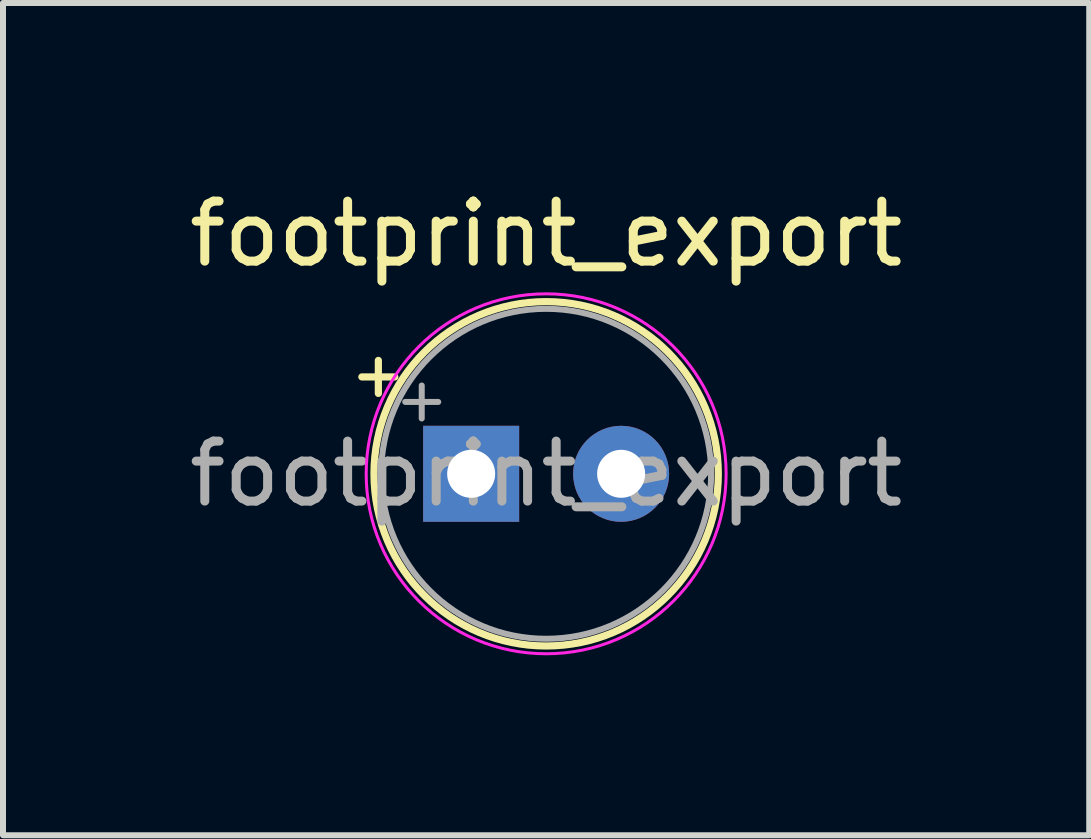
<source format=kicad_pcb>
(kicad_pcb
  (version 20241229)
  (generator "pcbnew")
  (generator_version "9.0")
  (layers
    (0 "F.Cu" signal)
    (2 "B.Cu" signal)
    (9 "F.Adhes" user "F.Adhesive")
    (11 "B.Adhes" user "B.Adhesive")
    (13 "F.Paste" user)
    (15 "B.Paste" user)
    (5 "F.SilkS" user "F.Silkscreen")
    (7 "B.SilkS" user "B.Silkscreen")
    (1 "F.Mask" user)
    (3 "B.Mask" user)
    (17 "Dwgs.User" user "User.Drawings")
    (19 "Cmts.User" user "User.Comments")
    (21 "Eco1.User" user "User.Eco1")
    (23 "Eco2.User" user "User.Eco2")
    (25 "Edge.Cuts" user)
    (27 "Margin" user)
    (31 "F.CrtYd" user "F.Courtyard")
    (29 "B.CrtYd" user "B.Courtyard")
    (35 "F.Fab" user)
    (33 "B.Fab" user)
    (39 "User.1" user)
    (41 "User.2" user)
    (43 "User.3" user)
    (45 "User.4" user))
  (footprint "footprint_export"
    (layer "F.Cu")
    (at 4.804 4.848)
    (property "Reference" "footprint_export" (at 1.25 -4 0) (layer "F.SilkS") (effects (font (size 1 1) (thickness 0.15))))
    (attr through_hole)
    (fp_line (start -1.822 -1.615) (end -1.272 -1.615) (stroke (width 0.12) (type solid)) (layer "F.SilkS"))
    (fp_line (start -1.547 -1.89) (end -1.547 -1.34) (stroke (width 0.12) (type solid)) (layer "F.SilkS"))
    (fp_circle (center 1.25 0) (end 4.12 0) (stroke (width 0.12) (type solid)) (fill no) (layer "F.SilkS"))
    (fp_circle (center 1.25 0) (end 4.25 0) (stroke (width 0.05) (type solid)) (fill no) (layer "F.CrtYd"))
    (fp_line (start -1.099 -1.198) (end -0.549 -1.198) (stroke (width 0.1) (type solid)) (layer "F.Fab"))
    (fp_line (start -0.824 -1.472) (end -0.824 -0.922) (stroke (width 0.1) (type solid)) (layer "F.Fab"))
    (fp_circle (center 1.25 0) (end 4 0) (stroke (width 0.1) (type solid)) (fill no) (layer "F.Fab"))
    (fp_text user "${REFERENCE}" (at 1.25 0 0) (layer "F.Fab") (effects (font (size 1 1) (thickness 0.15))))
    (pad "1" thru_hole rect (at 0 0) (size 1.6 1.6) (drill 0.8) (layers "*.Cu" "*.Mask"))
    (pad "2" thru_hole circle (at 2.5 0) (size 1.6 1.6) (drill 0.8) (layers "*.Cu" "*.Mask")))
  (gr_rect
    (start -3 -3)
    (end 15.107 10.873)
    (stroke (width 0.1) (type default))
    (fill no)
    (layer "Edge.Cuts")))
</source>
